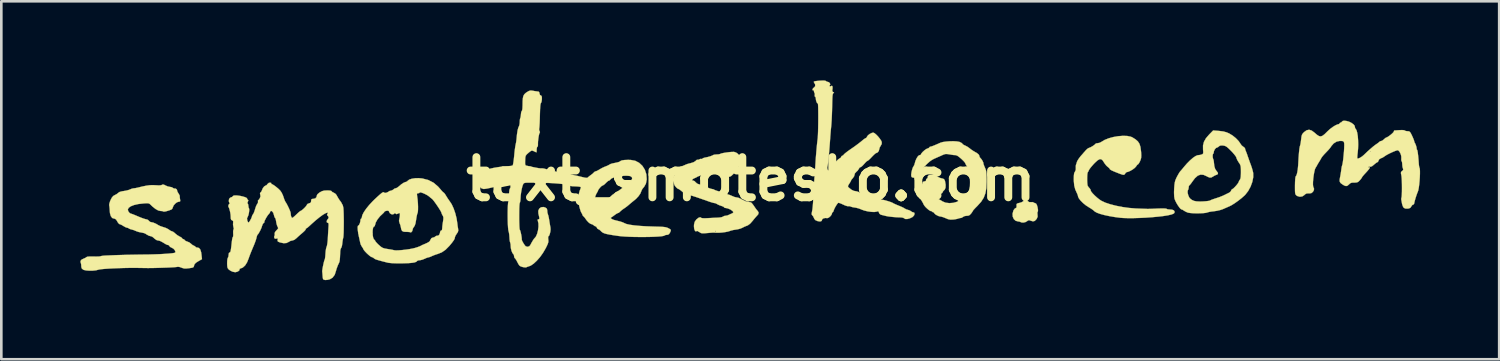
<source format=kicad_pcb>
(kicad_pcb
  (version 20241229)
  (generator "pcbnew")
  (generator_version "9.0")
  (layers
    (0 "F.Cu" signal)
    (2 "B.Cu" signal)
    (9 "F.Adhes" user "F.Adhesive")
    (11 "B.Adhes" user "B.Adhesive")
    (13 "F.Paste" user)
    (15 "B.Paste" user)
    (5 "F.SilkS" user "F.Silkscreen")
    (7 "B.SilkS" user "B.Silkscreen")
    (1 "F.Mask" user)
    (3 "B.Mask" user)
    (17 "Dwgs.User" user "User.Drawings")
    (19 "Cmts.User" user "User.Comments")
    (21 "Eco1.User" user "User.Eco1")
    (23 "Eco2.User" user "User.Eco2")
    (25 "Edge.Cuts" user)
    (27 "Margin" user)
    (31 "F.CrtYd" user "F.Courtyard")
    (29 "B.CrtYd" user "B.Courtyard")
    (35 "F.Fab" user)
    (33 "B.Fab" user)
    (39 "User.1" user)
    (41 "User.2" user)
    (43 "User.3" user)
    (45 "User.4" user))
  (footprint "text_smotesko.com"
    (layer "F.Cu")
    (at 25.434 3.745)
    (property "Reference" "text_smotesko.com" (at 0 0 0) (layer "F.SilkS") (effects (font (size 1.524 1.524) (thickness 0.3))))
    (attr through_hole)
    (fp_poly (pts (xy 10.446 0.788) (xy 10.496 0.831) (xy 10.56 0.873) (xy 10.617 0.873) (xy 10.677 0.87) (xy 10.711 0.881) (xy 10.756 0.905) (xy 10.786 0.913) (xy 10.822 0.935) (xy 10.85 0.993) (xy 10.871 1.069) (xy 10.888 1.168) (xy 10.884 1.224) (xy 10.878 1.233) (xy 10.864 1.268) (xy 10.867 1.334) (xy 10.869 1.344) (xy 10.873 1.425) (xy 10.844 1.495) (xy 10.826 1.522) (xy 10.764 1.585) (xy 10.696 1.601) (xy 10.608 1.576) (xy 10.603 1.573) (xy 10.544 1.556) (xy 10.498 1.576) (xy 10.486 1.586) (xy 10.415 1.628) (xy 10.332 1.647) (xy 10.258 1.641) (xy 10.24 1.632) (xy 10.182 1.61) (xy 10.133 1.604) (xy 10.04 1.579) (xy 9.971 1.515) (xy 9.93 1.423) (xy 9.923 1.314) (xy 9.953 1.199) (xy 9.961 1.181) (xy 10 1.124) (xy 10.039 1.097) (xy 10.043 1.096) (xy 10.071 1.079) (xy 10.076 1.022) (xy 10.075 1.011) (xy 10.073 0.957) (xy 10.091 0.928) (xy 10.142 0.91) (xy 10.186 0.901) (xy 10.267 0.875) (xy 10.328 0.84) (xy 10.341 0.826) (xy 10.392 0.781) (xy 10.446 0.788)) (stroke (width 0.01) (type solid)) (fill yes) (layer "F.SilkS"))
    (fp_poly (pts (xy 14.27 -1.638) (xy 14.405 -1.611) (xy 14.465 -1.586) (xy 14.589 -1.508) (xy 14.678 -1.43) (xy 14.736 -1.34) (xy 14.773 -1.225) (xy 14.794 -1.073) (xy 14.8 -1.01) (xy 14.805 -0.892) (xy 14.8 -0.807) (xy 14.781 -0.735) (xy 14.759 -0.683) (xy 14.723 -0.613) (xy 14.691 -0.569) (xy 14.679 -0.561) (xy 14.651 -0.541) (xy 14.613 -0.489) (xy 14.607 -0.479) (xy 14.557 -0.425) (xy 14.478 -0.366) (xy 14.387 -0.313) (xy 14.303 -0.277) (xy 14.256 -0.267) (xy 14.221 -0.246) (xy 14.197 -0.214) (xy 14.173 -0.179) (xy 14.141 -0.164) (xy 14.089 -0.171) (xy 14.005 -0.199) (xy 13.957 -0.217) (xy 13.809 -0.276) (xy 13.706 -0.32) (xy 13.643 -0.353) (xy 13.613 -0.377) (xy 13.609 -0.388) (xy 13.589 -0.419) (xy 13.539 -0.461) (xy 13.531 -0.466) (xy 13.472 -0.522) (xy 13.411 -0.602) (xy 13.387 -0.64) (xy 13.335 -0.719) (xy 13.281 -0.757) (xy 13.22 -0.755) (xy 13.144 -0.71) (xy 13.047 -0.621) (xy 13.002 -0.575) (xy 12.926 -0.489) (xy 12.863 -0.411) (xy 12.825 -0.354) (xy 12.818 -0.339) (xy 12.795 -0.287) (xy 12.778 -0.267) (xy 12.766 -0.233) (xy 12.757 -0.161) (xy 12.753 -0.065) (xy 12.752 0.04) (xy 12.756 0.139) (xy 12.764 0.218) (xy 12.775 0.258) (xy 12.818 0.318) (xy 12.846 0.346) (xy 12.881 0.398) (xy 12.887 0.43) (xy 12.907 0.474) (xy 12.96 0.539) (xy 13.036 0.617) (xy 13.124 0.697) (xy 13.215 0.77) (xy 13.297 0.824) (xy 13.441 0.891) (xy 13.628 0.953) (xy 13.846 1.009) (xy 14.085 1.056) (xy 14.333 1.091) (xy 14.58 1.112) (xy 14.652 1.115) (xy 14.781 1.12) (xy 14.897 1.124) (xy 14.984 1.127) (xy 15.026 1.129) (xy 15.078 1.129) (xy 15.171 1.127) (xy 15.29 1.122) (xy 15.42 1.116) (xy 15.556 1.112) (xy 15.664 1.112) (xy 15.736 1.117) (xy 15.763 1.125) (xy 15.798 1.142) (xy 15.861 1.15) (xy 15.863 1.15) (xy 15.975 1.159) (xy 16.042 1.185) (xy 16.068 1.23) (xy 16.069 1.244) (xy 16.06 1.283) (xy 16.026 1.311) (xy 15.954 1.339) (xy 15.928 1.346) (xy 15.806 1.374) (xy 15.64 1.4) (xy 15.441 1.423) (xy 15.219 1.443) (xy 14.985 1.46) (xy 14.749 1.471) (xy 14.52 1.478) (xy 14.31 1.479) (xy 14.128 1.474) (xy 14.01 1.465) (xy 13.79 1.436) (xy 13.583 1.4) (xy 13.398 1.36) (xy 13.241 1.317) (xy 13.121 1.273) (xy 13.044 1.23) (xy 13.031 1.218) (xy 12.978 1.172) (xy 12.896 1.115) (xy 12.82 1.069) (xy 12.709 0.998) (xy 12.603 0.912) (xy 12.511 0.822) (xy 12.443 0.736) (xy 12.408 0.666) (xy 12.406 0.647) (xy 12.394 0.598) (xy 12.368 0.539) (xy 12.302 0.393) (xy 12.263 0.246) (xy 12.247 0.077) (xy 12.245 0.001) (xy 12.248 -0.125) (xy 12.257 -0.209) (xy 12.274 -0.26) (xy 12.288 -0.279) (xy 12.319 -0.345) (xy 12.322 -0.422) (xy 12.321 -0.495) (xy 12.328 -0.544) (xy 12.33 -0.549) (xy 12.347 -0.592) (xy 12.364 -0.653) (xy 12.39 -0.709) (xy 12.442 -0.789) (xy 12.512 -0.879) (xy 12.535 -0.905) (xy 12.629 -1.013) (xy 12.696 -1.088) (xy 12.744 -1.136) (xy 12.78 -1.165) (xy 12.811 -1.181) (xy 12.838 -1.191) (xy 12.9 -1.218) (xy 12.971 -1.26) (xy 13.034 -1.305) (xy 13.069 -1.34) (xy 13.07 -1.343) (xy 13.1 -1.358) (xy 13.153 -1.364) (xy 13.23 -1.38) (xy 13.291 -1.413) (xy 13.414 -1.487) (xy 13.569 -1.549) (xy 13.744 -1.597) (xy 13.928 -1.629) (xy 14.107 -1.643) (xy 14.27 -1.638)) (stroke (width 0.01) (type solid)) (fill yes) (layer "F.SilkS"))
    (fp_poly (pts (xy 17.756 -1.829) (xy 17.912 -1.81) (xy 18.039 -1.776) (xy 18.137 -1.734) (xy 18.269 -1.654) (xy 18.396 -1.551) (xy 18.502 -1.439) (xy 18.564 -1.347) (xy 18.614 -1.278) (xy 18.673 -1.231) (xy 18.723 -1.193) (xy 18.743 -1.158) (xy 18.754 -1.104) (xy 18.766 -1.076) (xy 18.787 -1.026) (xy 18.817 -0.946) (xy 18.843 -0.869) (xy 18.883 -0.755) (xy 18.93 -0.623) (xy 18.965 -0.529) (xy 19.003 -0.418) (xy 19.034 -0.308) (xy 19.051 -0.231) (xy 19.052 -0.073) (xy 19.017 0.104) (xy 18.951 0.284) (xy 18.859 0.452) (xy 18.748 0.594) (xy 18.724 0.618) (xy 18.609 0.72) (xy 18.478 0.822) (xy 18.347 0.915) (xy 18.229 0.989) (xy 18.154 1.027) (xy 18.055 1.07) (xy 17.943 1.119) (xy 17.9 1.138) (xy 17.803 1.171) (xy 17.68 1.2) (xy 17.566 1.217) (xy 17.462 1.229) (xy 17.373 1.245) (xy 17.319 1.261) (xy 17.316 1.262) (xy 17.257 1.278) (xy 17.159 1.289) (xy 17.035 1.295) (xy 16.901 1.297) (xy 16.771 1.293) (xy 16.658 1.284) (xy 16.576 1.27) (xy 16.564 1.266) (xy 16.486 1.232) (xy 16.425 1.196) (xy 16.415 1.189) (xy 16.363 1.157) (xy 16.333 1.15) (xy 16.296 1.127) (xy 16.246 1.069) (xy 16.189 0.987) (xy 16.134 0.895) (xy 16.089 0.803) (xy 16.066 0.739) (xy 16.053 0.648) (xy 16.048 0.516) (xy 16.049 0.466) (xy 16.56 0.466) (xy 16.568 0.54) (xy 16.591 0.622) (xy 16.625 0.696) (xy 16.654 0.732) (xy 16.727 0.789) (xy 16.807 0.825) (xy 16.905 0.844) (xy 17.036 0.849) (xy 17.117 0.847) (xy 17.232 0.84) (xy 17.329 0.83) (xy 17.394 0.819) (xy 17.411 0.812) (xy 17.454 0.79) (xy 17.53 0.761) (xy 17.606 0.736) (xy 17.767 0.683) (xy 17.906 0.627) (xy 17.994 0.585) (xy 18.045 0.559) (xy 18.116 0.525) (xy 18.121 0.523) (xy 18.179 0.486) (xy 18.207 0.447) (xy 18.208 0.442) (xy 18.23 0.398) (xy 18.258 0.38) (xy 18.302 0.35) (xy 18.36 0.293) (xy 18.421 0.225) (xy 18.472 0.159) (xy 18.5 0.11) (xy 18.502 0.1) (xy 18.518 0.059) (xy 18.543 0.026) (xy 18.564 -0.014) (xy 18.578 -0.083) (xy 18.584 -0.19) (xy 18.585 -0.269) (xy 18.584 -0.389) (xy 18.578 -0.47) (xy 18.564 -0.529) (xy 18.539 -0.581) (xy 18.501 -0.637) (xy 18.453 -0.715) (xy 18.421 -0.784) (xy 18.414 -0.812) (xy 18.395 -0.855) (xy 18.345 -0.923) (xy 18.274 -1.007) (xy 18.218 -1.066) (xy 18.126 -1.157) (xy 18.059 -1.216) (xy 18.004 -1.251) (xy 17.952 -1.269) (xy 17.908 -1.276) (xy 17.821 -1.278) (xy 17.769 -1.259) (xy 17.756 -1.246) (xy 17.712 -1.211) (xy 17.687 -1.203) (xy 17.637 -1.18) (xy 17.59 -1.124) (xy 17.56 -1.055) (xy 17.557 -1.031) (xy 17.547 -0.98) (xy 17.533 -0.963) (xy 17.519 -0.939) (xy 17.513 -0.882) (xy 17.513 -0.873) (xy 17.518 -0.807) (xy 17.532 -0.765) (xy 17.533 -0.764) (xy 17.547 -0.726) (xy 17.558 -0.659) (xy 17.559 -0.646) (xy 17.575 -0.498) (xy 17.606 -0.392) (xy 17.655 -0.315) (xy 17.665 -0.305) (xy 17.712 -0.24) (xy 17.711 -0.193) (xy 17.662 -0.165) (xy 17.657 -0.164) (xy 17.599 -0.142) (xy 17.535 -0.104) (xy 17.466 -0.064) (xy 17.403 -0.059) (xy 17.328 -0.087) (xy 17.283 -0.112) (xy 17.161 -0.165) (xy 17.049 -0.171) (xy 16.944 -0.129) (xy 16.84 -0.036) (xy 16.761 0.068) (xy 16.703 0.15) (xy 16.656 0.21) (xy 16.627 0.24) (xy 16.624 0.241) (xy 16.609 0.264) (xy 16.604 0.315) (xy 16.593 0.382) (xy 16.573 0.421) (xy 16.56 0.466) (xy 16.049 0.466) (xy 16.053 0.359) (xy 16.053 0.357) (xy 16.063 0.222) (xy 16.077 0.122) (xy 16.099 0.041) (xy 16.134 -0.041) (xy 16.156 -0.085) (xy 16.205 -0.175) (xy 16.25 -0.251) (xy 16.282 -0.295) (xy 16.322 -0.339) (xy 16.379 -0.407) (xy 16.416 -0.453) (xy 16.534 -0.59) (xy 16.652 -0.709) (xy 16.765 -0.807) (xy 16.864 -0.875) (xy 16.942 -0.907) (xy 16.96 -0.909) (xy 17.04 -0.919) (xy 17.096 -0.935) (xy 17.134 -0.953) (xy 17.152 -0.978) (xy 17.156 -1.027) (xy 17.149 -1.113) (xy 17.148 -1.122) (xy 17.147 -1.277) (xy 17.183 -1.417) (xy 17.259 -1.552) (xy 17.38 -1.692) (xy 17.532 -1.847) (xy 17.756 -1.829)) (stroke (width 0.01) (type solid)) (fill yes) (layer "F.SilkS"))
    (fp_poly (pts (xy 7.802 -1.432) (xy 7.898 -1.416) (xy 7.921 -1.408) (xy 7.984 -1.376) (xy 8.019 -1.348) (xy 8.021 -1.341) (xy 8.043 -1.316) (xy 8.099 -1.285) (xy 8.121 -1.276) (xy 8.207 -1.232) (xy 8.283 -1.178) (xy 8.29 -1.173) (xy 8.356 -1.121) (xy 8.442 -1.064) (xy 8.477 -1.044) (xy 8.578 -0.984) (xy 8.636 -0.937) (xy 8.661 -0.893) (xy 8.663 -0.874) (xy 8.682 -0.826) (xy 8.705 -0.801) (xy 8.745 -0.754) (xy 8.785 -0.69) (xy 8.813 -0.629) (xy 8.818 -0.596) (xy 8.825 -0.561) (xy 8.849 -0.496) (xy 8.872 -0.443) (xy 8.896 -0.388) (xy 8.913 -0.339) (xy 8.924 -0.287) (xy 8.931 -0.221) (xy 8.935 -0.129) (xy 8.937 -0.001) (xy 8.937 0.107) (xy 8.928 0.339) (xy 8.894 0.533) (xy 8.83 0.701) (xy 8.733 0.855) (xy 8.597 1.006) (xy 8.596 1.008) (xy 8.519 1.085) (xy 8.46 1.148) (xy 8.427 1.187) (xy 8.422 1.195) (xy 8.407 1.225) (xy 8.37 1.279) (xy 8.354 1.301) (xy 8.298 1.361) (xy 8.239 1.387) (xy 8.183 1.39) (xy 8.105 1.401) (xy 8.051 1.427) (xy 8.048 1.43) (xy 7.994 1.465) (xy 7.963 1.471) (xy 7.894 1.483) (xy 7.866 1.494) (xy 7.814 1.509) (xy 7.732 1.524) (xy 7.673 1.531) (xy 7.564 1.535) (xy 7.473 1.517) (xy 7.392 1.483) (xy 7.304 1.447) (xy 7.225 1.423) (xy 7.192 1.418) (xy 7.129 1.405) (xy 7.057 1.373) (xy 6.993 1.334) (xy 6.955 1.296) (xy 6.952 1.284) (xy 6.93 1.26) (xy 6.911 1.257) (xy 6.876 1.241) (xy 6.871 1.228) (xy 6.856 1.211) (xy 6.848 1.215) (xy 6.811 1.209) (xy 6.752 1.174) (xy 6.684 1.118) (xy 6.618 1.054) (xy 6.568 0.991) (xy 6.55 0.958) (xy 6.514 0.885) (xy 6.46 0.795) (xy 6.423 0.741) (xy 6.372 0.667) (xy 6.348 0.616) (xy 6.346 0.566) (xy 6.361 0.497) (xy 6.364 0.487) (xy 6.4 0.38) (xy 6.448 0.272) (xy 6.461 0.248) (xy 6.497 0.178) (xy 6.517 0.127) (xy 6.518 0.114) (xy 6.535 0.097) (xy 6.582 0.085) (xy 6.635 0.069) (xy 6.64 0.039) (xy 6.648 -0.001) (xy 6.67 -0.017) (xy 6.701 -0.047) (xy 6.701 -0.068) (xy 6.708 -0.111) (xy 6.744 -0.149) (xy 6.782 -0.158) (xy 6.828 -0.16) (xy 6.831 -0.161) (xy 6.9 -0.171) (xy 6.969 -0.169) (xy 7.019 -0.156) (xy 7.032 -0.142) (xy 7.055 -0.109) (xy 7.113 -0.073) (xy 7.19 -0.041) (xy 7.268 -0.022) (xy 7.271 -0.022) (xy 7.323 -0.001) (xy 7.355 0.056) (xy 7.362 0.08) (xy 7.385 0.214) (xy 7.38 0.324) (xy 7.348 0.4) (xy 7.328 0.418) (xy 7.286 0.462) (xy 7.272 0.496) (xy 7.25 0.529) (xy 7.193 0.569) (xy 7.152 0.591) (xy 7.069 0.638) (xy 7.037 0.679) (xy 7.055 0.718) (xy 7.105 0.75) (xy 7.178 0.79) (xy 7.26 0.84) (xy 7.273 0.848) (xy 7.387 0.894) (xy 7.527 0.91) (xy 7.674 0.899) (xy 7.811 0.861) (xy 7.91 0.805) (xy 7.977 0.757) (xy 8.036 0.724) (xy 8.101 0.677) (xy 8.173 0.596) (xy 8.237 0.499) (xy 8.279 0.408) (xy 8.307 0.279) (xy 8.315 0.122) (xy 8.306 -0.05) (xy 8.281 -0.22) (xy 8.242 -0.372) (xy 8.19 -0.491) (xy 8.177 -0.512) (xy 8.143 -0.568) (xy 8.128 -0.605) (xy 8.128 -0.606) (xy 8.108 -0.638) (xy 8.06 -0.692) (xy 7.994 -0.756) (xy 7.923 -0.818) (xy 7.86 -0.867) (xy 7.834 -0.884) (xy 7.777 -0.908) (xy 7.741 -0.913) (xy 7.703 -0.913) (xy 7.629 -0.923) (xy 7.549 -0.937) (xy 7.452 -0.952) (xy 7.384 -0.953) (xy 7.321 -0.938) (xy 7.254 -0.909) (xy 7.162 -0.867) (xy 7.076 -0.83) (xy 7.045 -0.816) (xy 6.94 -0.77) (xy 6.859 -0.725) (xy 6.783 -0.671) (xy 6.696 -0.594) (xy 6.651 -0.551) (xy 6.511 -0.399) (xy 6.412 -0.242) (xy 6.354 -0.1) (xy 6.328 -0.069) (xy 6.27 -0.055) (xy 6.219 -0.053) (xy 6.141 -0.058) (xy 6.099 -0.077) (xy 6.082 -0.108) (xy 6.078 -0.172) (xy 6.09 -0.264) (xy 6.113 -0.361) (xy 6.142 -0.444) (xy 6.165 -0.481) (xy 6.196 -0.538) (xy 6.213 -0.597) (xy 6.24 -0.693) (xy 6.281 -0.785) (xy 6.328 -0.86) (xy 6.373 -0.903) (xy 6.392 -0.909) (xy 6.435 -0.919) (xy 6.444 -0.932) (xy 6.464 -0.974) (xy 6.514 -1.032) (xy 6.579 -1.091) (xy 6.645 -1.139) (xy 6.691 -1.16) (xy 6.744 -1.181) (xy 6.764 -1.204) (xy 6.786 -1.227) (xy 6.801 -1.23) (xy 6.854 -1.242) (xy 6.954 -1.28) (xy 7.101 -1.343) (xy 7.186 -1.381) (xy 7.273 -1.407) (xy 7.395 -1.425) (xy 7.534 -1.436) (xy 7.676 -1.439) (xy 7.802 -1.432)) (stroke (width 0.01) (type solid)) (fill yes) (layer "F.SilkS"))
    (fp_poly (pts (xy -0.634 -1.032) (xy -0.562 -1.008) (xy -0.495 -0.961) (xy -0.448 -0.906) (xy -0.436 -0.855) (xy -0.436 -0.854) (xy -0.432 -0.799) (xy -0.412 -0.746) (xy -0.378 -0.647) (xy -0.391 -0.562) (xy -0.428 -0.515) (xy -0.469 -0.466) (xy -0.482 -0.429) (xy -0.5 -0.391) (xy -0.546 -0.329) (xy -0.611 -0.255) (xy -0.682 -0.181) (xy -0.75 -0.119) (xy -0.757 -0.114) (xy -0.81 -0.092) (xy -0.884 -0.082) (xy -0.96 -0.083) (xy -1.016 -0.096) (xy -1.029 -0.107) (xy -1.066 -0.128) (xy -1.11 -0.134) (xy -1.175 -0.147) (xy -1.254 -0.179) (xy -1.274 -0.189) (xy -1.378 -0.23) (xy -1.482 -0.232) (xy -1.583 -0.215) (xy -1.7 -0.191) (xy -1.818 -0.163) (xy -1.922 -0.133) (xy -2 -0.107) (xy -2.035 -0.09) (xy -2.091 -0.057) (xy -2.13 -0.042) (xy -2.192 -0.011) (xy -2.22 0.014) (xy -2.236 0.044) (xy -2.207 0.053) (xy -2.196 0.053) (xy -2.141 0.074) (xy -2.099 0.117) (xy -2.038 0.171) (xy -1.971 0.195) (xy -1.903 0.213) (xy -1.808 0.248) (xy -1.707 0.292) (xy -1.612 0.332) (xy -1.531 0.362) (xy -1.48 0.374) (xy -1.478 0.374) (xy -1.422 0.385) (xy -1.402 0.397) (xy -1.365 0.416) (xy -1.292 0.442) (xy -1.217 0.465) (xy -1.125 0.493) (xy -1.05 0.518) (xy -1.015 0.533) (xy -0.96 0.554) (xy -0.891 0.573) (xy -0.811 0.598) (xy -0.722 0.635) (xy -0.705 0.643) (xy -0.623 0.677) (xy -0.547 0.694) (xy -0.533 0.695) (xy -0.465 0.71) (xy -0.387 0.747) (xy -0.368 0.759) (xy -0.214 0.835) (xy -0.032 0.876) (xy -0.006 0.879) (xy 0.025 0.902) (xy 0.072 0.958) (xy 0.118 1.024) (xy 0.173 1.105) (xy 0.223 1.171) (xy 0.251 1.201) (xy 0.29 1.261) (xy 0.279 1.329) (xy 0.237 1.379) (xy 0.192 1.427) (xy 0.129 1.5) (xy 0.064 1.582) (xy -0.032 1.69) (xy -0.119 1.753) (xy -0.152 1.766) (xy -0.243 1.802) (xy -0.33 1.846) (xy -0.333 1.847) (xy -0.406 1.878) (xy -0.506 1.903) (xy -0.575 1.914) (xy -0.675 1.93) (xy -0.763 1.952) (xy -0.804 1.967) (xy -0.87 1.988) (xy -0.972 2.008) (xy -1.091 2.024) (xy -1.209 2.033) (xy -1.308 2.034) (xy -1.323 2.033) (xy -1.377 2.029) (xy -1.42 2.027) (xy -1.469 2.029) (xy -1.537 2.034) (xy -1.64 2.043) (xy -1.671 2.045) (xy -1.78 2.054) (xy -1.852 2.054) (xy -1.9 2.043) (xy -1.941 2.019) (xy -1.959 2.006) (xy -2.002 1.979) (xy -1.364 1.979) (xy -1.354 2.001) (xy -1.346 1.996) (xy -1.343 1.965) (xy -1.346 1.961) (xy -1.362 1.964) (xy -1.364 1.979) (xy -2.002 1.979) (xy -2.018 1.968) (xy -2.058 1.969) (xy -2.07 1.976) (xy -2.103 1.98) (xy -2.133 1.942) (xy -2.154 1.874) (xy -2.162 1.786) (xy -2.159 1.723) (xy -2.133 1.618) (xy -2.074 1.535) (xy -2.062 1.523) (xy -1.983 1.462) (xy -1.922 1.445) (xy -1.886 1.469) (xy -1.854 1.479) (xy -1.781 1.484) (xy -1.68 1.482) (xy -1.651 1.48) (xy -1.519 1.473) (xy -1.382 1.466) (xy -1.269 1.462) (xy -1.265 1.462) (xy -1.172 1.454) (xy -1.098 1.439) (xy -1.066 1.424) (xy -1.013 1.397) (xy -0.968 1.39) (xy -0.896 1.378) (xy -0.833 1.352) (xy -0.765 1.319) (xy -0.715 1.3) (xy -0.676 1.271) (xy -0.669 1.251) (xy -0.692 1.215) (xy -0.749 1.172) (xy -0.823 1.132) (xy -0.899 1.104) (xy -0.948 1.096) (xy -0.999 1.088) (xy -1.016 1.071) (xy -1.039 1.048) (xy -1.098 1.023) (xy -1.13 1.012) (xy -1.21 0.984) (xy -1.273 0.953) (xy -1.285 0.945) (xy -1.346 0.914) (xy -1.379 0.908) (xy -1.43 0.899) (xy -1.512 0.875) (xy -1.604 0.844) (xy -1.855 0.756) (xy -2.058 0.686) (xy -2.215 0.636) (xy -2.329 0.604) (xy -2.402 0.589) (xy -2.418 0.588) (xy -2.465 0.572) (xy -2.535 0.529) (xy -2.597 0.481) (xy -2.666 0.425) (xy -2.721 0.386) (xy -2.746 0.374) (xy -2.789 0.354) (xy -2.842 0.305) (xy -2.889 0.246) (xy -2.913 0.193) (xy -2.914 0.185) (xy -2.929 0.123) (xy -2.956 0.068) (xy -2.982 0.02) (xy -2.978 -0.018) (xy -2.942 -0.073) (xy -2.941 -0.074) (xy -2.901 -0.153) (xy -2.882 -0.236) (xy -2.882 -0.238) (xy -2.859 -0.316) (xy -2.793 -0.389) (xy -2.679 -0.459) (xy -2.607 -0.492) (xy -2.527 -0.527) (xy -2.459 -0.556) (xy -2.446 -0.562) (xy -2.383 -0.583) (xy -2.303 -0.603) (xy -2.3 -0.603) (xy -2.183 -0.639) (xy -2.1 -0.689) (xy -2.077 -0.716) (xy -2.044 -0.737) (xy -2.029 -0.734) (xy -1.989 -0.735) (xy -1.964 -0.749) (xy -1.912 -0.769) (xy -1.885 -0.766) (xy -1.851 -0.765) (xy -1.845 -0.775) (xy -1.821 -0.795) (xy -1.763 -0.813) (xy -1.745 -0.817) (xy -1.64 -0.839) (xy -1.54 -0.867) (xy -1.463 -0.897) (xy -1.432 -0.915) (xy -1.391 -0.928) (xy -1.32 -0.935) (xy -1.297 -0.936) (xy -1.222 -0.941) (xy -1.169 -0.955) (xy -1.162 -0.959) (xy -1.122 -0.975) (xy -1.045 -0.992) (xy -0.944 -1.009) (xy -0.836 -1.023) (xy -0.734 -1.032) (xy -0.656 -1.034) (xy -0.634 -1.032)) (stroke (width 0.01) (type solid)) (fill yes) (layer "F.SilkS"))
    (fp_poly (pts (xy -22.253 0.216) (xy -22.207 0.24) (xy -22.125 0.275) (xy -22.047 0.293) (xy -22.034 0.294) (xy -21.967 0.307) (xy -21.926 0.333) (xy -21.879 0.358) (xy -21.852 0.355) (xy -21.816 0.361) (xy -21.78 0.39) (xy -21.764 0.423) (xy -21.769 0.434) (xy -21.761 0.459) (xy -21.732 0.513) (xy -21.714 0.541) (xy -21.68 0.601) (xy -21.664 0.637) (xy -21.664 0.642) (xy -21.668 0.665) (xy -21.661 0.723) (xy -21.657 0.749) (xy -21.647 0.817) (xy -21.655 0.847) (xy -21.687 0.855) (xy -21.703 0.856) (xy -21.77 0.877) (xy -21.842 0.932) (xy -21.901 1.002) (xy -21.928 1.069) (xy -21.951 1.125) (xy -21.978 1.15) (xy -22.056 1.181) (xy -22.142 1.208) (xy -22.219 1.227) (xy -22.273 1.232) (xy -22.287 1.228) (xy -22.32 1.213) (xy -22.384 1.208) (xy -22.391 1.208) (xy -22.48 1.189) (xy -22.588 1.129) (xy -22.707 1.033) (xy -22.773 0.969) (xy -22.807 0.938) (xy -22.843 0.921) (xy -22.896 0.914) (xy -22.979 0.917) (xy -23.054 0.923) (xy -23.244 0.945) (xy -23.402 0.982) (xy -23.524 1.03) (xy -23.603 1.087) (xy -23.635 1.151) (xy -23.635 1.16) (xy -23.617 1.221) (xy -23.574 1.278) (xy -23.524 1.309) (xy -23.513 1.31) (xy -23.479 1.32) (xy -23.408 1.347) (xy -23.312 1.387) (xy -23.241 1.417) (xy -23.129 1.463) (xy -23.03 1.499) (xy -22.958 1.52) (xy -22.933 1.524) (xy -22.872 1.545) (xy -22.839 1.577) (xy -22.793 1.62) (xy -22.754 1.631) (xy -22.671 1.648) (xy -22.567 1.692) (xy -22.484 1.742) (xy -22.416 1.776) (xy -22.324 1.809) (xy -22.283 1.821) (xy -22.188 1.853) (xy -22.102 1.897) (xy -22.076 1.916) (xy -22.015 1.958) (xy -21.965 1.978) (xy -21.96 1.979) (xy -21.917 1.996) (xy -21.859 2.041) (xy -21.839 2.06) (xy -21.763 2.122) (xy -21.681 2.172) (xy -21.667 2.179) (xy -21.608 2.21) (xy -21.578 2.24) (xy -21.577 2.245) (xy -21.555 2.269) (xy -21.536 2.273) (xy -21.491 2.294) (xy -21.48 2.311) (xy -21.446 2.343) (xy -21.383 2.368) (xy -21.381 2.368) (xy -21.302 2.401) (xy -21.242 2.447) (xy -21.183 2.498) (xy -21.129 2.525) (xy -21.082 2.549) (xy -21.069 2.569) (xy -21.046 2.588) (xy -21.006 2.593) (xy -20.936 2.612) (xy -20.886 2.671) (xy -20.854 2.775) (xy -20.842 2.861) (xy -20.823 3.035) (xy -20.966 3.116) (xy -21.053 3.172) (xy -21.101 3.221) (xy -21.122 3.275) (xy -21.122 3.276) (xy -21.133 3.319) (xy -21.154 3.345) (xy -21.2 3.361) (xy -21.282 3.374) (xy -21.318 3.379) (xy -21.427 3.39) (xy -21.505 3.387) (xy -21.572 3.368) (xy -21.604 3.355) (xy -21.679 3.33) (xy -21.742 3.324) (xy -21.755 3.327) (xy -21.796 3.333) (xy -21.881 3.34) (xy -22 3.347) (xy -22.145 3.354) (xy -22.298 3.359) (xy -22.486 3.365) (xy -22.634 3.369) (xy -22.755 3.371) (xy -22.863 3.372) (xy -22.97 3.371) (xy -23.089 3.369) (xy -23.208 3.367) (xy -23.385 3.365) (xy -23.579 3.366) (xy -23.782 3.37) (xy -23.985 3.376) (xy -24.181 3.384) (xy -24.361 3.393) (xy -24.516 3.404) (xy -24.639 3.415) (xy -24.721 3.427) (xy -24.745 3.433) (xy -24.843 3.458) (xy -24.966 3.471) (xy -25.096 3.472) (xy -25.216 3.463) (xy -25.306 3.443) (xy -25.326 3.434) (xy -25.379 3.392) (xy -25.399 3.333) (xy -25.4 3.299) (xy -25.407 3.221) (xy -25.425 3.159) (xy -25.426 3.157) (xy -25.429 3.102) (xy -25.386 3.05) (xy -25.3 3.01) (xy -25.293 3.007) (xy -25.235 2.981) (xy -25.207 2.958) (xy -25.169 2.942) (xy -25.081 2.935) (xy -24.946 2.936) (xy -24.946 2.936) (xy -24.835 2.937) (xy -24.743 2.935) (xy -24.685 2.929) (xy -24.674 2.925) (xy -24.632 2.914) (xy -24.556 2.904) (xy -24.48 2.899) (xy -24.092 2.883) (xy -23.688 2.871) (xy -23.296 2.864) (xy -23.074 2.861) (xy -22.856 2.859) (xy -22.643 2.853) (xy -22.441 2.846) (xy -22.257 2.836) (xy -22.097 2.825) (xy -21.97 2.813) (xy -21.882 2.8) (xy -21.84 2.787) (xy -21.839 2.786) (xy -21.831 2.746) (xy -21.857 2.692) (xy -21.903 2.64) (xy -21.96 2.606) (xy -21.968 2.603) (xy -22.03 2.571) (xy -22.06 2.536) (xy -22.09 2.501) (xy -22.108 2.498) (xy -22.141 2.493) (xy -22.2 2.465) (xy -22.22 2.453) (xy -22.327 2.388) (xy -22.402 2.349) (xy -22.458 2.33) (xy -22.497 2.326) (xy -22.552 2.308) (xy -22.617 2.261) (xy -22.633 2.246) (xy -22.693 2.195) (xy -22.747 2.167) (xy -22.758 2.166) (xy -22.834 2.147) (xy -22.929 2.095) (xy -22.967 2.069) (xy -23.017 2.047) (xy -23.096 2.029) (xy -23.129 2.023) (xy -23.224 2.004) (xy -23.31 1.975) (xy -23.329 1.967) (xy -23.416 1.931) (xy -23.495 1.909) (xy -23.559 1.891) (xy -23.596 1.87) (xy -23.597 1.869) (xy -23.633 1.848) (xy -23.657 1.845) (xy -23.707 1.83) (xy -23.776 1.794) (xy -23.802 1.778) (xy -23.871 1.737) (xy -23.927 1.713) (xy -23.941 1.711) (xy -23.977 1.689) (xy -24.02 1.634) (xy -24.036 1.604) (xy -24.082 1.532) (xy -24.129 1.501) (xy -24.157 1.497) (xy -24.228 1.473) (xy -24.281 1.402) (xy -24.313 1.29) (xy -24.32 1.201) (xy -24.326 1.107) (xy -24.335 1.029) (xy -24.342 0.996) (xy -24.34 0.942) (xy -24.315 0.857) (xy -24.289 0.792) (xy -24.239 0.697) (xy -24.189 0.639) (xy -24.127 0.602) (xy -24.124 0.601) (xy -24.052 0.563) (xy -24.001 0.523) (xy -23.996 0.517) (xy -23.945 0.485) (xy -23.85 0.46) (xy -23.802 0.453) (xy -23.698 0.435) (xy -23.601 0.41) (xy -23.554 0.391) (xy -23.48 0.361) (xy -23.418 0.348) (xy -23.414 0.348) (xy -23.352 0.341) (xy -23.273 0.325) (xy -23.264 0.323) (xy -23.077 0.277) (xy -22.927 0.247) (xy -22.802 0.23) (xy -22.689 0.226) (xy -22.583 0.231) (xy -22.455 0.238) (xy -22.375 0.231) (xy -22.342 0.217) (xy -22.305 0.202) (xy -22.253 0.216)) (stroke (width 0.01) (type solid)) (fill yes) (layer "F.SilkS"))
    (fp_poly (pts (xy -12.468 -0.026) (xy -12.239 0.033) (xy -12.041 0.134) (xy -11.867 0.282) (xy -11.787 0.373) (xy -11.729 0.442) (xy -11.682 0.491) (xy -11.658 0.508) (xy -11.633 0.529) (xy -11.593 0.584) (xy -11.562 0.635) (xy -11.508 0.722) (xy -11.454 0.801) (xy -11.431 0.832) (xy -11.351 0.953) (xy -11.277 1.114) (xy -11.213 1.3) (xy -11.165 1.495) (xy -11.137 1.684) (xy -11.126 1.779) (xy -11.109 1.876) (xy -11.109 1.878) (xy -11.101 1.952) (xy -11.12 2.012) (xy -11.159 2.07) (xy -11.203 2.138) (xy -11.228 2.197) (xy -11.23 2.211) (xy -11.24 2.26) (xy -11.276 2.324) (xy -11.34 2.412) (xy -11.437 2.529) (xy -11.443 2.536) (xy -11.585 2.679) (xy -11.726 2.776) (xy -11.874 2.835) (xy -11.977 2.868) (xy -12.08 2.909) (xy -12.097 2.917) (xy -12.17 2.949) (xy -12.226 2.966) (xy -12.238 2.968) (xy -12.283 2.979) (xy -12.352 3.008) (xy -12.379 3.021) (xy -12.465 3.055) (xy -12.546 3.074) (xy -12.564 3.075) (xy -12.626 3.083) (xy -12.661 3.103) (xy -12.694 3.134) (xy -12.753 3.157) (xy -12.845 3.173) (xy -12.976 3.185) (xy -13.152 3.191) (xy -13.235 3.193) (xy -13.444 3.193) (xy -13.614 3.187) (xy -13.738 3.175) (xy -13.783 3.166) (xy -13.957 3.122) (xy -14.086 3.087) (xy -14.177 3.061) (xy -14.237 3.04) (xy -14.273 3.023) (xy -14.292 3.007) (xy -14.292 3.007) (xy -14.339 2.973) (xy -14.391 2.954) (xy -14.436 2.929) (xy -14.5 2.877) (xy -14.572 2.812) (xy -14.638 2.743) (xy -14.686 2.684) (xy -14.705 2.647) (xy -14.72 2.614) (xy -14.755 2.564) (xy -14.798 2.488) (xy -14.819 2.42) (xy -14.833 2.353) (xy -14.854 2.255) (xy -14.877 2.152) (xy -14.896 2.054) (xy -14.35 2.054) (xy -14.343 2.149) (xy -14.327 2.228) (xy -14.303 2.279) (xy -14.296 2.286) (xy -14.259 2.324) (xy -14.251 2.345) (xy -14.232 2.375) (xy -14.184 2.429) (xy -14.117 2.495) (xy -14.115 2.496) (xy -14.037 2.564) (xy -13.972 2.605) (xy -13.897 2.63) (xy -13.791 2.649) (xy -13.788 2.649) (xy -13.682 2.666) (xy -13.589 2.683) (xy -13.529 2.697) (xy -13.529 2.697) (xy -13.465 2.703) (xy -13.362 2.7) (xy -13.233 2.69) (xy -13.092 2.674) (xy -12.952 2.654) (xy -12.826 2.63) (xy -12.74 2.609) (xy -12.648 2.58) (xy -12.574 2.553) (xy -12.54 2.538) (xy -12.48 2.506) (xy -12.459 2.496) (xy -12.339 2.445) (xy -12.259 2.407) (xy -12.209 2.376) (xy -12.18 2.346) (xy -12.161 2.31) (xy -12.157 2.3) (xy -12.117 2.236) (xy -12.069 2.219) (xy -12.006 2.201) (xy -11.977 2.177) (xy -11.928 2.148) (xy -11.897 2.147) (xy -11.849 2.135) (xy -11.81 2.087) (xy -11.791 2.016) (xy -11.791 2.006) (xy -11.774 1.962) (xy -11.751 1.952) (xy -11.72 1.929) (xy -11.711 1.867) (xy -11.706 1.795) (xy -11.694 1.695) (xy -11.681 1.613) (xy -11.667 1.514) (xy -11.666 1.45) (xy -11.68 1.403) (xy -11.695 1.377) (xy -11.726 1.32) (xy -11.737 1.282) (xy -11.752 1.243) (xy -11.791 1.174) (xy -11.847 1.085) (xy -11.912 0.988) (xy -11.978 0.894) (xy -12.037 0.815) (xy -12.082 0.762) (xy -12.095 0.75) (xy -12.158 0.701) (xy -12.193 0.67) (xy -12.251 0.625) (xy -12.328 0.581) (xy -12.411 0.541) (xy -12.486 0.513) (xy -12.543 0.5) (xy -12.566 0.51) (xy -12.566 0.511) (xy -12.589 0.53) (xy -12.623 0.535) (xy -12.657 0.54) (xy -12.669 0.565) (xy -12.664 0.625) (xy -12.661 0.648) (xy -12.644 0.775) (xy -12.633 0.911) (xy -12.628 1.043) (xy -12.629 1.158) (xy -12.635 1.243) (xy -12.645 1.281) (xy -12.663 1.333) (xy -12.682 1.421) (xy -12.699 1.527) (xy -12.701 1.542) (xy -12.724 1.678) (xy -12.755 1.768) (xy -12.78 1.805) (xy -12.82 1.865) (xy -12.834 1.917) (xy -12.847 1.969) (xy -12.878 2.009) (xy -12.912 2.021) (xy -12.922 2.015) (xy -12.956 2.006) (xy -13.025 2.001) (xy -13.071 2.001) (xy -13.171 1.995) (xy -13.233 1.964) (xy -13.265 1.899) (xy -13.276 1.837) (xy -13.296 1.748) (xy -13.326 1.672) (xy -13.35 1.585) (xy -13.339 1.515) (xy -13.323 1.439) (xy -13.316 1.363) (xy -13.318 1.305) (xy -13.33 1.283) (xy -13.363 1.295) (xy -13.4 1.313) (xy -13.45 1.328) (xy -13.48 1.306) (xy -13.505 1.285) (xy -13.533 1.311) (xy -13.534 1.313) (xy -13.579 1.338) (xy -13.638 1.33) (xy -13.692 1.297) (xy -13.721 1.246) (xy -13.722 1.245) (xy -13.739 1.206) (xy -13.785 1.196) (xy -13.81 1.198) (xy -13.869 1.212) (xy -13.899 1.233) (xy -13.926 1.272) (xy -13.947 1.292) (xy -14.068 1.406) (xy -14.165 1.526) (xy -14.23 1.641) (xy -14.255 1.727) (xy -14.271 1.78) (xy -14.295 1.799) (xy -14.321 1.817) (xy -14.339 1.875) (xy -14.349 1.958) (xy -14.35 2.054) (xy -14.896 2.054) (xy -14.901 2.024) (xy -14.915 1.912) (xy -14.918 1.825) (xy -14.909 1.774) (xy -14.897 1.765) (xy -14.868 1.741) (xy -14.839 1.685) (xy -14.818 1.614) (xy -14.812 1.563) (xy -14.803 1.513) (xy -14.785 1.497) (xy -14.764 1.475) (xy -14.759 1.442) (xy -14.739 1.36) (xy -14.683 1.251) (xy -14.596 1.124) (xy -14.483 0.984) (xy -14.35 0.841) (xy -14.278 0.77) (xy -14.155 0.655) (xy -14.064 0.574) (xy -14.001 0.523) (xy -13.958 0.498) (xy -13.932 0.494) (xy -13.917 0.508) (xy -13.88 0.523) (xy -13.82 0.513) (xy -13.759 0.483) (xy -13.749 0.476) (xy -13.708 0.449) (xy -13.692 0.445) (xy -13.647 0.437) (xy -13.589 0.411) (xy -13.547 0.38) (xy -13.543 0.376) (xy -13.504 0.351) (xy -13.479 0.348) (xy -13.43 0.33) (xy -13.369 0.287) (xy -13.353 0.273) (xy -13.259 0.193) (xy -13.171 0.136) (xy -13.103 0.108) (xy -13.09 0.107) (xy -13.044 0.087) (xy -13.016 0.058) (xy -12.958 0.016) (xy -12.861 -0.016) (xy -12.737 -0.035) (xy -12.6 -0.038) (xy -12.468 -0.026)) (stroke (width 0.01) (type solid)) (fill yes) (layer "F.SilkS"))
    (fp_poly (pts (xy 2.815 -3.735) (xy 2.845 -3.72) (xy 2.885 -3.694) (xy 2.915 -3.69) (xy 2.961 -3.673) (xy 2.996 -3.634) (xy 3.008 -3.591) (xy 2.994 -3.569) (xy 2.979 -3.536) (xy 2.983 -3.526) (xy 3.014 -3.517) (xy 3.035 -3.529) (xy 3.073 -3.543) (xy 3.094 -3.511) (xy 3.095 -3.441) (xy 3.09 -3.41) (xy 3.085 -3.345) (xy 3.105 -3.311) (xy 3.121 -3.303) (xy 3.153 -3.286) (xy 3.135 -3.266) (xy 3.127 -3.262) (xy 3.112 -3.245) (xy 3.101 -3.21) (xy 3.092 -3.148) (xy 3.087 -3.053) (xy 3.083 -2.917) (xy 3.08 -2.778) (xy 3.076 -2.596) (xy 3.069 -2.404) (xy 3.06 -2.221) (xy 3.049 -2.064) (xy 3.044 -2.008) (xy 3.03 -1.865) (xy 3.018 -1.723) (xy 3.008 -1.602) (xy 3.004 -1.537) (xy 2.993 -1.378) (xy 2.98 -1.209) (xy 2.966 -1.039) (xy 2.951 -0.877) (xy 2.936 -0.731) (xy 2.923 -0.612) (xy 2.911 -0.526) (xy 2.903 -0.485) (xy 2.902 -0.483) (xy 2.893 -0.436) (xy 2.902 -0.378) (xy 2.923 -0.333) (xy 2.942 -0.321) (xy 2.967 -0.341) (xy 2.968 -0.349) (xy 2.985 -0.386) (xy 3.032 -0.45) (xy 3.098 -0.529) (xy 3.172 -0.613) (xy 3.247 -0.69) (xy 3.311 -0.75) (xy 3.356 -0.783) (xy 3.36 -0.784) (xy 3.408 -0.815) (xy 3.422 -0.844) (xy 3.441 -0.879) (xy 3.456 -0.882) (xy 3.496 -0.903) (xy 3.521 -0.932) (xy 3.555 -0.967) (xy 3.623 -1.022) (xy 3.715 -1.09) (xy 3.8 -1.149) (xy 3.92 -1.232) (xy 4.041 -1.321) (xy 4.145 -1.401) (xy 4.193 -1.44) (xy 4.267 -1.501) (xy 4.326 -1.543) (xy 4.358 -1.558) (xy 4.359 -1.558) (xy 4.384 -1.575) (xy 4.399 -1.607) (xy 4.438 -1.662) (xy 4.508 -1.716) (xy 4.587 -1.754) (xy 4.64 -1.765) (xy 4.687 -1.744) (xy 4.751 -1.691) (xy 4.822 -1.618) (xy 4.888 -1.536) (xy 4.939 -1.46) (xy 4.961 -1.408) (xy 4.959 -1.332) (xy 4.922 -1.267) (xy 4.883 -1.199) (xy 4.866 -1.135) (xy 4.866 -1.135) (xy 4.848 -1.067) (xy 4.803 -1.012) (xy 4.749 -0.989) (xy 4.717 -0.971) (xy 4.661 -0.921) (xy 4.593 -0.852) (xy 4.584 -0.842) (xy 4.516 -0.771) (xy 4.459 -0.718) (xy 4.424 -0.695) (xy 4.422 -0.695) (xy 4.389 -0.676) (xy 4.338 -0.626) (xy 4.293 -0.575) (xy 4.233 -0.51) (xy 4.181 -0.466) (xy 4.155 -0.455) (xy 4.117 -0.432) (xy 4.091 -0.389) (xy 4.05 -0.326) (xy 3.998 -0.279) (xy 3.943 -0.219) (xy 3.93 -0.169) (xy 3.912 -0.106) (xy 3.867 -0.042) (xy 3.863 -0.038) (xy 3.819 0.013) (xy 3.797 0.048) (xy 3.797 0.051) (xy 3.783 0.085) (xy 3.748 0.144) (xy 3.729 0.172) (xy 3.69 0.235) (xy 3.679 0.272) (xy 3.694 0.302) (xy 3.707 0.316) (xy 3.803 0.395) (xy 3.899 0.444) (xy 3.958 0.454) (xy 4.025 0.467) (xy 4.108 0.497) (xy 4.131 0.508) (xy 4.225 0.543) (xy 4.323 0.561) (xy 4.341 0.561) (xy 4.434 0.573) (xy 4.534 0.603) (xy 4.556 0.612) (xy 4.655 0.653) (xy 4.76 0.688) (xy 4.778 0.693) (xy 4.857 0.721) (xy 4.918 0.752) (xy 4.929 0.761) (xy 4.965 0.787) (xy 4.981 0.786) (xy 5.011 0.786) (xy 5.076 0.8) (xy 5.161 0.824) (xy 5.25 0.851) (xy 5.327 0.879) (xy 5.378 0.902) (xy 5.385 0.907) (xy 5.423 0.928) (xy 5.496 0.961) (xy 5.589 1) (xy 5.601 1.004) (xy 5.699 1.045) (xy 5.78 1.083) (xy 5.828 1.112) (xy 5.83 1.113) (xy 5.886 1.144) (xy 5.957 1.166) (xy 6.026 1.189) (xy 6.072 1.22) (xy 6.124 1.252) (xy 6.153 1.257) (xy 6.196 1.274) (xy 6.206 1.318) (xy 6.187 1.374) (xy 6.14 1.427) (xy 6.12 1.442) (xy 6.024 1.488) (xy 5.931 1.512) (xy 5.856 1.512) (xy 5.817 1.49) (xy 5.772 1.464) (xy 5.703 1.452) (xy 5.695 1.451) (xy 5.536 1.446) (xy 5.375 1.434) (xy 5.229 1.417) (xy 5.118 1.397) (xy 5.107 1.394) (xy 5.02 1.372) (xy 4.947 1.354) (xy 4.929 1.35) (xy 4.878 1.315) (xy 4.856 1.272) (xy 4.839 1.228) (xy 4.81 1.22) (xy 4.757 1.235) (xy 4.676 1.246) (xy 4.563 1.241) (xy 4.434 1.223) (xy 4.307 1.193) (xy 4.2 1.156) (xy 4.175 1.144) (xy 4.087 1.11) (xy 3.981 1.083) (xy 3.944 1.078) (xy 3.86 1.064) (xy 3.796 1.046) (xy 3.778 1.037) (xy 3.727 1.023) (xy 3.698 1.027) (xy 3.649 1.023) (xy 3.572 0.998) (xy 3.493 0.962) (xy 3.409 0.924) (xy 3.343 0.901) (xy 3.311 0.898) (xy 3.275 0.936) (xy 3.229 1.005) (xy 3.183 1.085) (xy 3.149 1.159) (xy 3.14 1.188) (xy 3.119 1.239) (xy 3.099 1.257) (xy 3.077 1.278) (xy 3.075 1.297) (xy 3.055 1.353) (xy 3.008 1.412) (xy 2.95 1.46) (xy 2.896 1.479) (xy 2.886 1.478) (xy 2.818 1.473) (xy 2.751 1.488) (xy 2.708 1.516) (xy 2.7 1.535) (xy 2.68 1.587) (xy 2.62 1.606) (xy 2.527 1.591) (xy 2.446 1.556) (xy 2.402 1.505) (xy 2.393 1.482) (xy 2.362 1.415) (xy 2.328 1.373) (xy 2.306 1.346) (xy 2.303 1.302) (xy 2.317 1.225) (xy 2.32 1.213) (xy 2.333 1.139) (xy 2.345 1.025) (xy 2.356 0.885) (xy 2.364 0.733) (xy 2.367 0.682) (xy 2.375 0.499) (xy 2.385 0.295) (xy 2.398 0.095) (xy 2.41 -0.076) (xy 2.41 -0.08) (xy 2.422 -0.231) (xy 2.433 -0.378) (xy 2.442 -0.506) (xy 2.447 -0.598) (xy 2.448 -0.602) (xy 2.455 -0.72) (xy 2.465 -0.862) (xy 2.478 -1.018) (xy 2.492 -1.173) (xy 2.505 -1.315) (xy 2.518 -1.432) (xy 2.528 -1.512) (xy 2.53 -1.524) (xy 2.536 -1.585) (xy 2.541 -1.684) (xy 2.546 -1.811) (xy 2.549 -1.96) (xy 2.552 -2.12) (xy 2.553 -2.284) (xy 2.553 -2.443) (xy 2.552 -2.589) (xy 2.55 -2.713) (xy 2.546 -2.807) (xy 2.541 -2.862) (xy 2.537 -2.872) (xy 2.512 -2.882) (xy 2.487 -2.929) (xy 2.467 -2.996) (xy 2.46 -3.063) (xy 2.45 -3.113) (xy 2.431 -3.128) (xy 2.415 -3.149) (xy 2.42 -3.183) (xy 2.421 -3.244) (xy 2.406 -3.275) (xy 2.388 -3.321) (xy 2.393 -3.342) (xy 2.39 -3.363) (xy 2.376 -3.363) (xy 2.341 -3.371) (xy 2.335 -3.405) (xy 2.356 -3.447) (xy 2.389 -3.474) (xy 2.435 -3.523) (xy 2.435 -3.591) (xy 2.399 -3.657) (xy 2.383 -3.684) (xy 2.391 -3.702) (xy 2.43 -3.715) (xy 2.508 -3.725) (xy 2.612 -3.734) (xy 2.738 -3.74) (xy 2.815 -3.735)) (stroke (width 0.01) (type solid)) (fill yes) (layer "F.SilkS"))
    (fp_poly (pts (xy 22.584 -2.207) (xy 22.681 -2.182) (xy 22.773 -2.137) (xy 22.85 -2.082) (xy 22.898 -2.025) (xy 22.907 -1.982) (xy 22.918 -1.93) (xy 22.936 -1.91) (xy 22.969 -1.857) (xy 22.996 -1.762) (xy 23.017 -1.634) (xy 23.029 -1.482) (xy 23.033 -1.318) (xy 23.028 -1.152) (xy 23.014 -1.008) (xy 23.003 -0.909) (xy 22.998 -0.831) (xy 22.999 -0.79) (xy 23 -0.787) (xy 23.038 -0.784) (xy 23.101 -0.81) (xy 23.177 -0.858) (xy 23.252 -0.921) (xy 23.261 -0.93) (xy 23.368 -1.032) (xy 23.394 -1.056) (xy 23.475 -1.056) (xy 23.488 -1.043) (xy 23.502 -1.056) (xy 23.488 -1.069) (xy 23.475 -1.056) (xy 23.394 -1.056) (xy 23.482 -1.135) (xy 23.591 -1.229) (xy 23.685 -1.302) (xy 23.735 -1.336) (xy 23.795 -1.378) (xy 23.833 -1.412) (xy 23.835 -1.415) (xy 23.874 -1.44) (xy 23.9 -1.444) (xy 23.949 -1.462) (xy 24.006 -1.507) (xy 24.01 -1.511) (xy 24.059 -1.556) (xy 24.095 -1.577) (xy 24.098 -1.577) (xy 24.138 -1.594) (xy 24.201 -1.634) (xy 24.271 -1.688) (xy 24.334 -1.743) (xy 24.375 -1.788) (xy 24.384 -1.807) (xy 24.395 -1.842) (xy 24.404 -1.846) (xy 24.439 -1.848) (xy 24.512 -1.853) (xy 24.603 -1.859) (xy 24.701 -1.862) (xy 24.771 -1.856) (xy 24.799 -1.845) (xy 24.834 -1.827) (xy 24.899 -1.818) (xy 24.905 -1.818) (xy 24.954 -1.815) (xy 24.989 -1.797) (xy 25.021 -1.755) (xy 25.061 -1.679) (xy 25.077 -1.644) (xy 25.118 -1.553) (xy 25.147 -1.479) (xy 25.159 -1.436) (xy 25.159 -1.435) (xy 25.172 -1.389) (xy 25.178 -1.381) (xy 25.201 -1.34) (xy 25.226 -1.275) (xy 25.245 -1.206) (xy 25.252 -1.155) (xy 25.25 -1.145) (xy 25.255 -1.124) (xy 25.261 -1.123) (xy 25.276 -1.097) (xy 25.291 -1.02) (xy 25.306 -0.896) (xy 25.322 -0.727) (xy 25.333 -0.566) (xy 25.342 -0.492) (xy 25.353 -0.443) (xy 25.357 -0.435) (xy 25.37 -0.394) (xy 25.375 -0.312) (xy 25.375 -0.2) (xy 25.37 -0.068) (xy 25.36 0.071) (xy 25.347 0.206) (xy 25.331 0.327) (xy 25.313 0.421) (xy 25.295 0.475) (xy 25.271 0.533) (xy 25.24 0.62) (xy 25.208 0.72) (xy 25.181 0.815) (xy 25.163 0.889) (xy 25.159 0.918) (xy 25.141 0.956) (xy 25.121 0.963) (xy 25.083 0.984) (xy 25.047 1.036) (xy 25.012 1.087) (xy 24.957 1.111) (xy 24.904 1.118) (xy 24.815 1.114) (xy 24.759 1.083) (xy 24.754 1.077) (xy 24.722 1.02) (xy 24.697 0.939) (xy 24.694 0.922) (xy 24.68 0.844) (xy 24.669 0.784) (xy 24.667 0.775) (xy 24.668 0.724) (xy 24.673 0.71) (xy 24.682 0.668) (xy 24.688 0.584) (xy 24.692 0.471) (xy 24.693 0.34) (xy 24.692 0.204) (xy 24.689 0.074) (xy 24.683 -0.038) (xy 24.675 -0.119) (xy 24.671 -0.141) (xy 24.655 -0.219) (xy 24.657 -0.264) (xy 24.679 -0.294) (xy 24.7 -0.31) (xy 24.74 -0.349) (xy 24.736 -0.392) (xy 24.732 -0.401) (xy 24.714 -0.46) (xy 24.705 -0.542) (xy 24.705 -0.558) (xy 24.699 -0.629) (xy 24.686 -0.675) (xy 24.681 -0.68) (xy 24.668 -0.714) (xy 24.668 -0.778) (xy 24.67 -0.796) (xy 24.666 -0.877) (xy 24.641 -0.963) (xy 24.602 -1.038) (xy 24.556 -1.087) (xy 24.529 -1.096) (xy 24.477 -1.084) (xy 24.394 -1.053) (xy 24.294 -1.009) (xy 24.192 -0.96) (xy 24.103 -0.912) (xy 24.043 -0.873) (xy 24.036 -0.868) (xy 23.965 -0.82) (xy 23.896 -0.792) (xy 23.829 -0.753) (xy 23.807 -0.708) (xy 23.784 -0.658) (xy 23.759 -0.641) (xy 23.724 -0.624) (xy 23.667 -0.58) (xy 23.632 -0.549) (xy 23.557 -0.489) (xy 23.499 -0.47) (xy 23.478 -0.473) (xy 23.432 -0.473) (xy 23.421 -0.456) (xy 23.438 -0.437) (xy 23.448 -0.441) (xy 23.477 -0.451) (xy 23.474 -0.429) (xy 23.441 -0.379) (xy 23.384 -0.31) (xy 23.328 -0.248) (xy 23.259 -0.174) (xy 23.207 -0.113) (xy 23.182 -0.078) (xy 23.181 -0.075) (xy 23.165 -0.045) (xy 23.124 0.009) (xy 23.098 0.039) (xy 23.042 0.096) (xy 22.989 0.123) (xy 22.916 0.13) (xy 22.884 0.13) (xy 22.796 0.133) (xy 22.737 0.153) (xy 22.687 0.197) (xy 22.629 0.248) (xy 22.572 0.263) (xy 22.504 0.241) (xy 22.432 0.197) (xy 22.368 0.149) (xy 22.335 0.1) (xy 22.328 0.035) (xy 22.343 -0.061) (xy 22.35 -0.094) (xy 22.367 -0.186) (xy 22.384 -0.296) (xy 22.39 -0.344) (xy 22.402 -0.429) (xy 22.414 -0.491) (xy 22.42 -0.51) (xy 22.434 -0.555) (xy 22.45 -0.642) (xy 22.466 -0.76) (xy 22.48 -0.897) (xy 22.493 -1.041) (xy 22.5 -1.155) (xy 22.505 -1.284) (xy 22.502 -1.369) (xy 22.485 -1.419) (xy 22.449 -1.443) (xy 22.39 -1.45) (xy 22.334 -1.45) (xy 22.214 -1.424) (xy 22.102 -1.354) (xy 22.013 -1.251) (xy 22.001 -1.23) (xy 21.964 -1.179) (xy 21.902 -1.106) (xy 21.826 -1.026) (xy 21.816 -1.016) (xy 21.74 -0.936) (xy 21.676 -0.862) (xy 21.638 -0.807) (xy 21.635 -0.802) (xy 21.597 -0.732) (xy 21.55 -0.656) (xy 21.55 -0.655) (xy 21.509 -0.589) (xy 21.48 -0.538) (xy 21.479 -0.535) (xy 21.451 -0.484) (xy 21.416 -0.428) (xy 21.39 -0.368) (xy 21.367 -0.272) (xy 21.346 -0.153) (xy 21.329 -0.025) (xy 21.319 0.098) (xy 21.317 0.203) (xy 21.324 0.276) (xy 21.331 0.296) (xy 21.36 0.369) (xy 21.344 0.438) (xy 21.312 0.484) (xy 21.263 0.527) (xy 21.197 0.54) (xy 21.158 0.539) (xy 21.078 0.542) (xy 21.021 0.573) (xy 20.995 0.6) (xy 20.915 0.654) (xy 20.818 0.668) (xy 20.723 0.64) (xy 20.693 0.62) (xy 20.668 0.596) (xy 20.651 0.567) (xy 20.641 0.522) (xy 20.636 0.451) (xy 20.635 0.344) (xy 20.635 0.241) (xy 20.638 0.114) (xy 20.644 0.006) (xy 20.653 -0.07) (xy 20.663 -0.104) (xy 20.663 -0.104) (xy 20.693 -0.149) (xy 20.719 -0.239) (xy 20.741 -0.367) (xy 20.756 -0.525) (xy 20.76 -0.591) (xy 20.773 -0.823) (xy 20.788 -1.012) (xy 20.803 -1.153) (xy 20.82 -1.244) (xy 20.828 -1.27) (xy 20.842 -1.323) (xy 20.857 -1.41) (xy 20.869 -1.51) (xy 20.882 -1.613) (xy 20.9 -1.682) (xy 20.931 -1.733) (xy 20.98 -1.784) (xy 21.077 -1.854) (xy 21.172 -1.874) (xy 21.271 -1.842) (xy 21.37 -1.768) (xy 21.469 -1.683) (xy 21.547 -1.633) (xy 21.615 -1.621) (xy 21.684 -1.647) (xy 21.766 -1.712) (xy 21.867 -1.812) (xy 21.962 -1.899) (xy 22.067 -1.978) (xy 22.168 -2.04) (xy 22.253 -2.078) (xy 22.292 -2.085) (xy 22.323 -2.102) (xy 22.325 -2.112) (xy 22.346 -2.138) (xy 22.356 -2.139) (xy 22.395 -2.158) (xy 22.418 -2.182) (xy 22.449 -2.208) (xy 22.501 -2.215) (xy 22.584 -2.207)) (stroke (width 0.01) (type solid)) (fill yes) (layer "F.SilkS"))
    (fp_poly (pts (xy -18.2 0.142) (xy -18.194 0.16) (xy -18.191 0.185) (xy -18.18 0.187) (xy -18.138 0.204) (xy -18.071 0.248) (xy -17.991 0.309) (xy -17.911 0.378) (xy -17.854 0.435) (xy -17.804 0.507) (xy -17.757 0.604) (xy -17.735 0.665) (xy -17.705 0.754) (xy -17.676 0.826) (xy -17.66 0.856) (xy -17.618 0.922) (xy -17.57 1.013) (xy -17.523 1.111) (xy -17.484 1.202) (xy -17.462 1.27) (xy -17.459 1.29) (xy -17.451 1.374) (xy -17.431 1.439) (xy -17.405 1.47) (xy -17.4 1.471) (xy -17.369 1.453) (xy -17.313 1.407) (xy -17.243 1.342) (xy -17.238 1.337) (xy -17.168 1.271) (xy -17.111 1.223) (xy -17.081 1.203) (xy -17.08 1.203) (xy -17.043 1.185) (xy -16.987 1.139) (xy -16.926 1.081) (xy -16.874 1.023) (xy -16.846 0.98) (xy -16.844 0.972) (xy -16.821 0.941) (xy -16.765 0.919) (xy -16.764 0.918) (xy -16.706 0.898) (xy -16.685 0.856) (xy -16.684 0.826) (xy -16.676 0.77) (xy -16.643 0.75) (xy -16.609 0.749) (xy -16.524 0.73) (xy -16.478 0.677) (xy -16.47 0.63) (xy -16.444 0.575) (xy -16.37 0.512) (xy -16.353 0.501) (xy -16.269 0.456) (xy -16.185 0.434) (xy -16.075 0.428) (xy -16.073 0.428) (xy -15.98 0.432) (xy -15.923 0.444) (xy -15.908 0.456) (xy -15.886 0.484) (xy -15.832 0.511) (xy -15.765 0.55) (xy -15.724 0.596) (xy -15.662 0.707) (xy -15.608 0.792) (xy -15.548 0.871) (xy -15.481 0.996) (xy -15.46 1.09) (xy -15.454 1.178) (xy -15.449 1.299) (xy -15.446 1.443) (xy -15.444 1.6) (xy -15.445 1.759) (xy -15.447 1.91) (xy -15.45 2.042) (xy -15.456 2.145) (xy -15.462 2.209) (xy -15.465 2.219) (xy -15.48 2.284) (xy -15.494 2.377) (xy -15.5 2.433) (xy -15.512 2.52) (xy -15.53 2.585) (xy -15.543 2.607) (xy -15.564 2.649) (xy -15.578 2.72) (xy -15.579 2.741) (xy -15.583 2.836) (xy -15.588 2.946) (xy -15.59 2.981) (xy -15.597 3.067) (xy -15.609 3.135) (xy -15.616 3.155) (xy -15.673 3.278) (xy -15.717 3.397) (xy -15.739 3.475) (xy -15.788 3.627) (xy -15.867 3.734) (xy -15.968 3.796) (xy -16.057 3.819) (xy -16.14 3.826) (xy -16.16 3.824) (xy -16.207 3.812) (xy -16.231 3.786) (xy -16.242 3.731) (xy -16.247 3.671) (xy -16.253 3.588) (xy -16.259 3.528) (xy -16.262 3.51) (xy -16.261 3.47) (xy -16.25 3.394) (xy -16.233 3.3) (xy -16.212 3.202) (xy -16.192 3.119) (xy -16.175 3.066) (xy -16.17 3.057) (xy -16.158 3.017) (xy -16.147 2.939) (xy -16.139 2.84) (xy -16.139 2.83) (xy -16.13 2.723) (xy -16.115 2.629) (xy -16.097 2.569) (xy -16.096 2.567) (xy -16.079 2.512) (xy -16.064 2.419) (xy -16.052 2.305) (xy -16.049 2.247) (xy -16.042 2.11) (xy -16.034 1.971) (xy -16.026 1.854) (xy -16.024 1.825) (xy -16.019 1.732) (xy -16.023 1.681) (xy -16.038 1.66) (xy -16.053 1.658) (xy -16.087 1.638) (xy -16.093 1.593) (xy -16.072 1.542) (xy -16.055 1.524) (xy -16.018 1.469) (xy -16.034 1.412) (xy -16.056 1.39) (xy -16.081 1.353) (xy -16.065 1.319) (xy -16.044 1.28) (xy -16.064 1.27) (xy -16.123 1.288) (xy -16.151 1.301) (xy -16.245 1.357) (xy -16.368 1.447) (xy -16.512 1.564) (xy -16.67 1.704) (xy -16.752 1.78) (xy -16.813 1.833) (xy -16.86 1.866) (xy -16.875 1.872) (xy -16.889 1.888) (xy -16.886 1.896) (xy -16.897 1.924) (xy -16.942 1.973) (xy -17.009 2.035) (xy -17.011 2.036) (xy -17.1 2.112) (xy -17.187 2.19) (xy -17.239 2.239) (xy -17.317 2.3) (xy -17.388 2.326) (xy -17.396 2.326) (xy -17.466 2.343) (xy -17.532 2.38) (xy -17.621 2.423) (xy -17.732 2.429) (xy -17.862 2.4) (xy -17.929 2.375) (xy -17.956 2.348) (xy -17.955 2.307) (xy -17.954 2.303) (xy -17.948 2.258) (xy -17.974 2.25) (xy -18.003 2.256) (xy -18.056 2.258) (xy -18.081 2.224) (xy -18.082 2.219) (xy -18.084 2.17) (xy -18.074 2.152) (xy -18.062 2.119) (xy -18.066 2.087) (xy -18.065 2.036) (xy -18.031 1.978) (xy -17.963 1.906) (xy -17.933 1.867) (xy -17.943 1.825) (xy -17.954 1.807) (xy -17.979 1.748) (xy -18.001 1.661) (xy -18.009 1.611) (xy -18.023 1.533) (xy -18.04 1.482) (xy -18.05 1.471) (xy -18.068 1.447) (xy -18.087 1.389) (xy -18.09 1.371) (xy -18.121 1.275) (xy -18.167 1.217) (xy -18.206 1.203) (xy -18.232 1.224) (xy -18.235 1.239) (xy -18.253 1.283) (xy -18.287 1.322) (xy -18.324 1.366) (xy -18.367 1.431) (xy -18.408 1.503) (xy -18.442 1.57) (xy -18.459 1.617) (xy -18.455 1.632) (xy -18.457 1.643) (xy -18.48 1.659) (xy -18.516 1.702) (xy -18.542 1.77) (xy -18.543 1.771) (xy -18.564 1.838) (xy -18.601 1.923) (xy -18.646 2.008) (xy -18.688 2.078) (xy -18.718 2.112) (xy -18.735 2.145) (xy -18.753 2.21) (xy -18.757 2.232) (xy -18.777 2.302) (xy -18.813 2.404) (xy -18.86 2.522) (xy -18.89 2.592) (xy -18.943 2.719) (xy -18.994 2.845) (xy -19.034 2.953) (xy -19.048 2.995) (xy -19.111 3.153) (xy -19.188 3.275) (xy -19.274 3.353) (xy -19.327 3.375) (xy -19.382 3.395) (xy -19.402 3.412) (xy -19.4 3.415) (xy -19.397 3.447) (xy -19.432 3.483) (xy -19.489 3.514) (xy -19.556 3.529) (xy -19.567 3.529) (xy -19.651 3.514) (xy -19.739 3.475) (xy -19.812 3.423) (xy -19.851 3.369) (xy -19.852 3.369) (xy -19.864 3.302) (xy -19.869 3.213) (xy -19.867 3.119) (xy -19.859 3.039) (xy -19.846 2.991) (xy -19.843 2.988) (xy -19.821 2.941) (xy -19.812 2.871) (xy -19.812 2.869) (xy -19.802 2.802) (xy -19.775 2.781) (xy -19.759 2.776) (xy -19.746 2.756) (xy -19.734 2.714) (xy -19.722 2.642) (xy -19.708 2.532) (xy -19.691 2.377) (xy -19.689 2.36) (xy -19.677 2.273) (xy -19.662 2.213) (xy -19.65 2.192) (xy -19.64 2.169) (xy -19.637 2.107) (xy -19.64 2.06) (xy -19.641 1.981) (xy -19.634 1.926) (xy -19.626 1.912) (xy -19.616 1.877) (xy -19.63 1.816) (xy -19.645 1.732) (xy -19.642 1.658) (xy -19.639 1.598) (xy -19.665 1.569) (xy -19.68 1.563) (xy -19.716 1.541) (xy -19.73 1.492) (xy -19.732 1.435) (xy -19.737 1.354) (xy -19.752 1.257) (xy -19.774 1.163) (xy -19.798 1.088) (xy -19.817 1.056) (xy -19.825 1.019) (xy -19.812 0.97) (xy -19.787 0.938) (xy -19.779 0.936) (xy -19.77 0.92) (xy -19.784 0.897) (xy -19.805 0.842) (xy -19.8 0.776) (xy -19.774 0.72) (xy -19.733 0.695) (xy -19.731 0.695) (xy -19.677 0.674) (xy -19.657 0.652) (xy -19.631 0.628) (xy -19.582 0.618) (xy -19.495 0.62) (xy -19.475 0.622) (xy -19.375 0.635) (xy -19.277 0.657) (xy -19.191 0.683) (xy -19.132 0.71) (xy -19.112 0.734) (xy -19.112 0.736) (xy -19.102 0.765) (xy -19.086 0.778) (xy -19.064 0.805) (xy -19.08 0.849) (xy -19.083 0.854) (xy -19.1 0.904) (xy -19.09 0.923) (xy -19.071 0.959) (xy -19.063 1.016) (xy -19.056 1.076) (xy -19.04 1.107) (xy -19.031 1.14) (xy -19.033 1.205) (xy -19.044 1.286) (xy -19.061 1.362) (xy -19.082 1.416) (xy -19.089 1.427) (xy -19.115 1.487) (xy -19.105 1.568) (xy -19.087 1.61) (xy -19.067 1.642) (xy -19.047 1.641) (xy -19.018 1.602) (xy -18.993 1.562) (xy -18.955 1.49) (xy -18.932 1.433) (xy -18.93 1.419) (xy -18.913 1.37) (xy -18.889 1.336) (xy -18.86 1.287) (xy -18.829 1.205) (xy -18.809 1.138) (xy -18.78 1.047) (xy -18.748 0.974) (xy -18.727 0.943) (xy -18.698 0.889) (xy -18.698 0.852) (xy -18.701 0.811) (xy -18.692 0.802) (xy -18.667 0.781) (xy -18.633 0.731) (xy -18.631 0.729) (xy -18.603 0.651) (xy -18.613 0.59) (xy -18.623 0.533) (xy -18.599 0.503) (xy -18.565 0.463) (xy -18.543 0.408) (xy -18.511 0.337) (xy -18.462 0.276) (xy -18.41 0.243) (xy -18.397 0.241) (xy -18.365 0.22) (xy -18.341 0.187) (xy -18.291 0.143) (xy -18.245 0.134) (xy -18.2 0.142)) (stroke (width 0.01) (type solid)) (fill yes) (layer "F.SilkS"))
    (fp_poly (pts (xy -8.306 -3.358) (xy -8.209 -3.341) (xy -8.095 -3.325) (xy -8.054 -3.32) (xy -8.029 -3.293) (xy -8.021 -3.252) (xy -8.002 -3.194) (xy -7.973 -3.175) (xy -7.943 -3.157) (xy -7.931 -3.112) (xy -7.93 -3.035) (xy -7.939 -2.956) (xy -7.956 -2.901) (xy -7.966 -2.888) (xy -7.98 -2.855) (xy -7.991 -2.774) (xy -7.999 -2.643) (xy -8.005 -2.46) (xy -8.006 -2.417) (xy -8.01 -2.264) (xy -8.015 -2.127) (xy -8.022 -2.017) (xy -8.029 -1.943) (xy -8.034 -1.918) (xy -8.035 -1.857) (xy -8.021 -1.831) (xy -8.003 -1.782) (xy -8.015 -1.758) (xy -8.033 -1.713) (xy -8.051 -1.631) (xy -8.066 -1.53) (xy -8.077 -1.427) (xy -8.08 -1.337) (xy -8.079 -1.303) (xy -8.082 -1.25) (xy -8.1 -1.23) (xy -8.117 -1.206) (xy -8.127 -1.147) (xy -8.128 -1.123) (xy -8.13 -1.056) (xy -8.135 -1.019) (xy -8.137 -1.016) (xy -8.165 -1.027) (xy -8.221 -1.053) (xy -8.231 -1.058) (xy -8.28 -1.08) (xy -8.318 -1.082) (xy -8.361 -1.06) (xy -8.426 -1.009) (xy -8.435 -1.001) (xy -8.505 -0.939) (xy -8.543 -0.888) (xy -8.558 -0.828) (xy -8.561 -0.786) (xy -8.566 -0.666) (xy -8.566 -0.589) (xy -8.559 -0.545) (xy -8.543 -0.522) (xy -8.514 -0.511) (xy -8.489 -0.506) (xy -8.295 -0.463) (xy -8.148 -0.433) (xy -8.042 -0.415) (xy -7.973 -0.408) (xy -7.937 -0.41) (xy -7.888 -0.408) (xy -7.807 -0.39) (xy -7.71 -0.36) (xy -7.707 -0.359) (xy -7.603 -0.326) (xy -7.507 -0.303) (xy -7.441 -0.295) (xy -7.377 -0.287) (xy -7.34 -0.268) (xy -7.339 -0.267) (xy -7.306 -0.254) (xy -7.235 -0.244) (xy -7.141 -0.241) (xy -7.03 -0.235) (xy -6.934 -0.219) (xy -6.882 -0.203) (xy -6.798 -0.171) (xy -6.711 -0.15) (xy -6.638 -0.136) (xy -6.536 -0.113) (xy -6.424 -0.085) (xy -6.417 -0.083) (xy -6.306 -0.057) (xy -6.236 -0.048) (xy -6.198 -0.055) (xy -6.189 -0.062) (xy -6.151 -0.097) (xy -6.089 -0.144) (xy -6.069 -0.158) (xy -6.005 -0.207) (xy -5.961 -0.25) (xy -5.954 -0.259) (xy -5.913 -0.291) (xy -5.895 -0.294) (xy -5.853 -0.308) (xy -5.785 -0.343) (xy -5.743 -0.369) (xy -5.65 -0.422) (xy -5.553 -0.467) (xy -5.521 -0.479) (xy -5.444 -0.51) (xy -5.384 -0.541) (xy -5.374 -0.548) (xy -5.321 -0.576) (xy -5.246 -0.598) (xy -5.24 -0.599) (xy -5.121 -0.623) (xy -5.043 -0.641) (xy -4.994 -0.657) (xy -4.964 -0.675) (xy -4.952 -0.686) (xy -4.897 -0.711) (xy -4.797 -0.726) (xy -4.659 -0.731) (xy -4.557 -0.728) (xy -4.388 -0.696) (xy -4.239 -0.618) (xy -4.116 -0.503) (xy -4.024 -0.356) (xy -3.968 -0.185) (xy -3.954 0.004) (xy -3.956 0.025) (xy -3.985 0.173) (xy -4.054 0.294) (xy -4.08 0.323) (xy -4.129 0.388) (xy -4.157 0.451) (xy -4.158 0.454) (xy -4.195 0.546) (xy -4.268 0.651) (xy -4.367 0.754) (xy -4.424 0.802) (xy -4.509 0.87) (xy -4.589 0.937) (xy -4.623 0.967) (xy -4.695 1.027) (xy -4.783 1.092) (xy -4.817 1.114) (xy -4.892 1.167) (xy -4.95 1.217) (xy -4.968 1.236) (xy -5.011 1.274) (xy -5.038 1.283) (xy -5.078 1.299) (xy -5.14 1.339) (xy -5.171 1.362) (xy -5.237 1.411) (xy -5.288 1.445) (xy -5.302 1.452) (xy -5.32 1.474) (xy -5.294 1.503) (xy -5.234 1.534) (xy -5.17 1.554) (xy -5.071 1.579) (xy -4.967 1.605) (xy -4.96 1.607) (xy -4.876 1.634) (xy -4.806 1.665) (xy -4.796 1.671) (xy -4.72 1.702) (xy -4.594 1.73) (xy -4.423 1.754) (xy -4.21 1.774) (xy -3.96 1.789) (xy -3.677 1.799) (xy -3.609 1.801) (xy -3.452 1.805) (xy -3.336 1.811) (xy -3.251 1.821) (xy -3.185 1.838) (xy -3.127 1.863) (xy -3.066 1.899) (xy -3.056 1.906) (xy -3.039 1.933) (xy -3.051 1.984) (xy -3.067 2.02) (xy -3.108 2.085) (xy -3.157 2.11) (xy -3.185 2.112) (xy -3.244 2.12) (xy -3.273 2.136) (xy -3.309 2.152) (xy -3.391 2.166) (xy -3.512 2.177) (xy -3.662 2.185) (xy -3.836 2.191) (xy -4.025 2.194) (xy -4.222 2.194) (xy -4.42 2.192) (xy -4.609 2.186) (xy -4.784 2.177) (xy -4.936 2.165) (xy -5.04 2.153) (xy -5.229 2.125) (xy -5.372 2.101) (xy -5.479 2.079) (xy -5.557 2.057) (xy -5.614 2.032) (xy -5.658 2.002) (xy -5.697 1.964) (xy -5.706 1.954) (xy -5.755 1.913) (xy -5.791 1.898) (xy -5.826 1.876) (xy -5.842 1.845) (xy -5.87 1.802) (xy -5.894 1.791) (xy -5.939 1.773) (xy -5.962 1.751) (xy -6.012 1.717) (xy -6.039 1.71) (xy -6.098 1.688) (xy -6.169 1.632) (xy -6.239 1.554) (xy -6.269 1.511) (xy -6.312 1.45) (xy -6.352 1.411) (xy -6.354 1.409) (xy -6.386 1.373) (xy -6.39 1.358) (xy -6.406 1.314) (xy -6.425 1.285) (xy -6.451 1.234) (xy -6.481 1.146) (xy -6.51 1.038) (xy -6.534 0.925) (xy -6.549 0.828) (xy -5.941 0.828) (xy -5.94 0.876) (xy -5.922 0.902) (xy -5.912 0.909) (xy -5.829 0.933) (xy -5.732 0.914) (xy -5.704 0.902) (xy -5.629 0.857) (xy -5.57 0.809) (xy -5.513 0.766) (xy -5.461 0.749) (xy -5.412 0.73) (xy -5.351 0.684) (xy -5.332 0.666) (xy -5.256 0.597) (xy -5.171 0.538) (xy -5.16 0.531) (xy -5.051 0.463) (xy -4.92 0.369) (xy -4.783 0.263) (xy -4.656 0.157) (xy -4.556 0.063) (xy -4.551 0.058) (xy -4.507 -0.011) (xy -4.514 -0.07) (xy -4.569 -0.111) (xy -4.607 -0.121) (xy -4.71 -0.13) (xy -4.835 -0.127) (xy -4.967 -0.113) (xy -5.094 -0.09) (xy -5.205 -0.061) (xy -5.286 -0.028) (xy -5.323 0.004) (xy -5.359 0.044) (xy -5.384 0.053) (xy -5.422 0.072) (xy -5.477 0.119) (xy -5.504 0.147) (xy -5.562 0.203) (xy -5.612 0.236) (xy -5.627 0.241) (xy -5.663 0.26) (xy -5.713 0.308) (xy -5.762 0.366) (xy -5.796 0.419) (xy -5.802 0.44) (xy -5.816 0.473) (xy -5.849 0.528) (xy -5.851 0.531) (xy -5.885 0.599) (xy -5.916 0.693) (xy -5.928 0.743) (xy -5.941 0.828) (xy -6.549 0.828) (xy -6.55 0.825) (xy -6.553 0.775) (xy -6.547 0.674) (xy -6.527 0.556) (xy -6.498 0.446) (xy -6.469 0.372) (xy -6.452 0.322) (xy -6.456 0.299) (xy -6.496 0.287) (xy -6.583 0.277) (xy -6.713 0.271) (xy -6.771 0.269) (xy -6.844 0.258) (xy -6.93 0.23) (xy -6.945 0.224) (xy -7.015 0.205) (xy -7.13 0.187) (xy -7.281 0.17) (xy -7.459 0.156) (xy -7.657 0.145) (xy -7.864 0.137) (xy -8.061 0.135) (xy -8.193 0.134) (xy -8.325 0.133) (xy -8.435 0.133) (xy -8.454 0.133) (xy -8.545 0.136) (xy -8.598 0.148) (xy -8.63 0.175) (xy -8.641 0.193) (xy -8.668 0.265) (xy -8.695 0.373) (xy -8.718 0.501) (xy -8.735 0.631) (xy -8.741 0.737) (xy -8.747 0.82) (xy -8.76 0.881) (xy -8.769 0.898) (xy -8.777 0.931) (xy -8.784 1.007) (xy -8.789 1.114) (xy -8.791 1.243) (xy -8.792 1.383) (xy -8.792 1.526) (xy -8.789 1.661) (xy -8.785 1.777) (xy -8.779 1.866) (xy -8.771 1.917) (xy -8.766 1.925) (xy -8.753 1.949) (xy -8.736 2.009) (xy -8.718 2.089) (xy -8.703 2.173) (xy -8.694 2.244) (xy -8.694 2.286) (xy -8.694 2.287) (xy -8.686 2.323) (xy -8.656 2.385) (xy -8.615 2.455) (xy -8.573 2.515) (xy -8.544 2.546) (xy -8.475 2.567) (xy -8.408 2.546) (xy -8.373 2.507) (xy -8.321 2.41) (xy -8.271 2.325) (xy -8.232 2.266) (xy -8.215 2.248) (xy -8.157 2.179) (xy -8.11 2.073) (xy -8.077 1.944) (xy -8.059 1.808) (xy -8.061 1.68) (xy -8.085 1.574) (xy -8.087 1.571) (xy -8.091 1.533) (xy -8.061 1.524) (xy -8.037 1.519) (xy -8.026 1.498) (xy -8.03 1.45) (xy -8.048 1.365) (xy -8.063 1.303) (xy -8.067 1.2) (xy -8.03 1.119) (xy -7.963 1.068) (xy -7.874 1.056) (xy -7.805 1.075) (xy -7.748 1.112) (xy -7.728 1.167) (xy -7.727 1.197) (xy -7.72 1.273) (xy -7.703 1.331) (xy -7.687 1.38) (xy -7.668 1.463) (xy -7.651 1.564) (xy -7.634 1.673) (xy -7.617 1.774) (xy -7.605 1.839) (xy -7.601 1.909) (xy -7.61 1.993) (xy -7.629 2.075) (xy -7.652 2.138) (xy -7.678 2.166) (xy -7.68 2.166) (xy -7.693 2.19) (xy -7.692 2.255) (xy -7.689 2.283) (xy -7.683 2.342) (xy -7.688 2.397) (xy -7.709 2.46) (xy -7.748 2.546) (xy -7.798 2.644) (xy -7.894 2.806) (xy -8.004 2.959) (xy -8.123 3.094) (xy -8.24 3.203) (xy -8.349 3.278) (xy -8.421 3.306) (xy -8.483 3.326) (xy -8.516 3.342) (xy -8.556 3.348) (xy -8.626 3.34) (xy -8.663 3.332) (xy -8.733 3.31) (xy -8.78 3.279) (xy -8.82 3.223) (xy -8.856 3.155) (xy -8.898 3.076) (xy -8.936 3.019) (xy -8.956 2.999) (xy -8.977 2.969) (xy -8.984 2.927) (xy -8.994 2.871) (xy -9.011 2.847) (xy -9.048 2.801) (xy -9.081 2.721) (xy -9.105 2.626) (xy -9.112 2.543) (xy -9.117 2.466) (xy -9.13 2.409) (xy -9.133 2.402) (xy -9.146 2.358) (xy -9.156 2.279) (xy -9.16 2.206) (xy -9.168 2.105) (xy -9.182 2.016) (xy -9.194 1.973) (xy -9.205 1.919) (xy -9.214 1.825) (xy -9.221 1.703) (xy -9.225 1.561) (xy -9.227 1.409) (xy -9.227 1.258) (xy -9.224 1.117) (xy -9.219 0.995) (xy -9.212 0.903) (xy -9.202 0.85) (xy -9.197 0.842) (xy -9.187 0.811) (xy -9.179 0.739) (xy -9.175 0.642) (xy -9.175 0.611) (xy -9.172 0.506) (xy -9.163 0.421) (xy -9.15 0.371) (xy -9.146 0.366) (xy -9.121 0.313) (xy -9.12 0.247) (xy -9.141 0.193) (xy -9.162 0.176) (xy -9.211 0.175) (xy -9.288 0.189) (xy -9.372 0.214) (xy -9.443 0.244) (xy -9.48 0.271) (xy -9.511 0.279) (xy -9.535 0.265) (xy -9.584 0.246) (xy -9.633 0.261) (xy -9.691 0.282) (xy -9.785 0.307) (xy -9.895 0.333) (xy -10.004 0.356) (xy -10.094 0.37) (xy -10.139 0.374) (xy -10.217 0.35) (xy -10.295 0.283) (xy -10.359 0.185) (xy -10.38 0.139) (xy -10.414 0.038) (xy -10.424 -0.03) (xy -10.407 -0.081) (xy -10.364 -0.13) (xy -10.361 -0.134) (xy -10.315 -0.19) (xy -10.294 -0.243) (xy -10.294 -0.245) (xy -10.275 -0.285) (xy -10.228 -0.294) (xy -10.171 -0.304) (xy -10.146 -0.322) (xy -10.108 -0.344) (xy -10.084 -0.344) (xy -10.031 -0.35) (xy -9.959 -0.373) (xy -9.946 -0.378) (xy -9.864 -0.404) (xy -9.744 -0.43) (xy -9.601 -0.454) (xy -9.45 -0.474) (xy -9.306 -0.488) (xy -9.22 -0.492) (xy -9.131 -0.498) (xy -9.063 -0.511) (xy -9.038 -0.523) (xy -9.024 -0.56) (xy -9.01 -0.638) (xy -8.995 -0.747) (xy -8.982 -0.871) (xy -8.969 -1.008) (xy -8.954 -1.136) (xy -8.939 -1.239) (xy -8.928 -1.297) (xy -8.908 -1.396) (xy -8.893 -1.504) (xy -8.891 -1.524) (xy -8.874 -1.703) (xy -8.852 -1.847) (xy -8.826 -1.948) (xy -8.806 -1.991) (xy -8.784 -2.05) (xy -8.771 -2.134) (xy -8.77 -2.167) (xy -8.766 -2.245) (xy -8.757 -2.298) (xy -8.751 -2.309) (xy -8.739 -2.345) (xy -8.728 -2.414) (xy -8.725 -2.454) (xy -8.716 -2.53) (xy -8.699 -2.579) (xy -8.69 -2.589) (xy -8.677 -2.618) (xy -8.667 -2.689) (xy -8.663 -2.79) (xy -8.662 -2.803) (xy -8.66 -2.958) (xy -8.651 -3.071) (xy -8.633 -3.152) (xy -8.602 -3.211) (xy -8.554 -3.26) (xy -8.51 -3.293) (xy -8.427 -3.343) (xy -8.362 -3.362) (xy -8.306 -3.358)) (stroke (width 0.01) (type solid)) (fill yes) (layer "F.SilkS")))
  (gr_rect
    (start -3 -3)
    (end 53.815 10.576)
    (stroke (width 0.1) (type default))
    (fill no)
    (layer "Edge.Cuts")))
</source>
